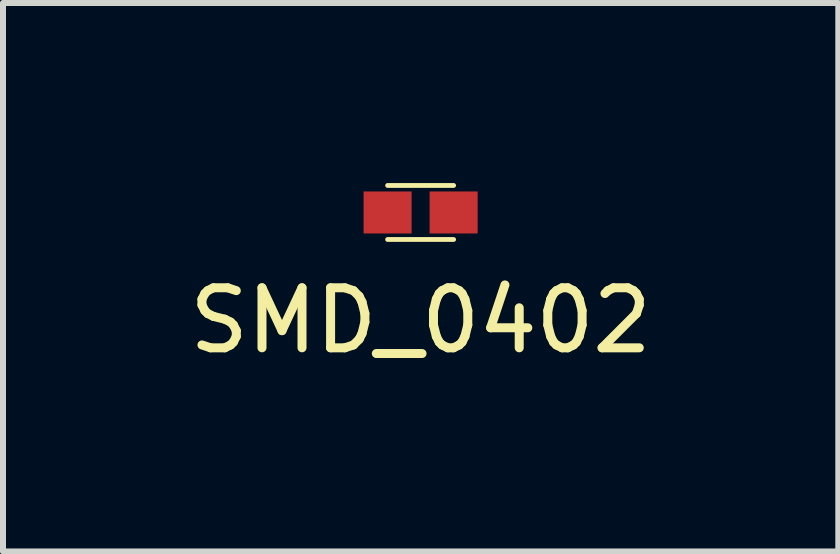
<source format=kicad_pcb>
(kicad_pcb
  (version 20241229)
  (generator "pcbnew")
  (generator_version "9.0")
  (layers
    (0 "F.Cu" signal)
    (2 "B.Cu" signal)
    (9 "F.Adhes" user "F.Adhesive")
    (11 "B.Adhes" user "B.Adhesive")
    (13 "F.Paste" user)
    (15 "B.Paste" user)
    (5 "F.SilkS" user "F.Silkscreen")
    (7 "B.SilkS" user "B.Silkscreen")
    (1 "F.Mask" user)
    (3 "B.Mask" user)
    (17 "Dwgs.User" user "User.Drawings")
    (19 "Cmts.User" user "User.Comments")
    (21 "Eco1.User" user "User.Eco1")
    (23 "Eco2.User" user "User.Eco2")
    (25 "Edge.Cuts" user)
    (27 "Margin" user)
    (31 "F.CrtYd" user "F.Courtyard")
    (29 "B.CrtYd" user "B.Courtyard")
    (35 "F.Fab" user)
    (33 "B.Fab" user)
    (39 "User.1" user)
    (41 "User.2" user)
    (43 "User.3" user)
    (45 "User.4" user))
  (footprint "SMD_0402"
    (layer "F.Cu")
    (at 3.958 0.49)
    (property "Reference" "SMD_0402" (at 0 1.8 0) (layer "F.SilkS") (effects (font (size 1 1) (thickness 0.15))))
    (attr through_hole)
    (fp_line (start -0.55 -0.45) (end 0.55 -0.45) (stroke (width 0.08) (type solid)) (layer "F.SilkS"))
    (fp_line (start -0.55 0.45) (end 0.55 0.45) (stroke (width 0.08) (type solid)) (layer "F.SilkS"))
    (pad "1" smd rect (at -0.55 0) (size 0.8 0.7) (layers "F.Cu" "F.Mask" "F.Paste"))
    (pad "2" smd rect (at 0.55 0) (size 0.8 0.7) (layers "F.Cu" "F.Mask" "F.Paste")))
  (gr_rect
    (start -3 -3)
    (end 10.917 6.138)
    (stroke (width 0.1) (type default))
    (fill no)
    (layer "Edge.Cuts")))
</source>
